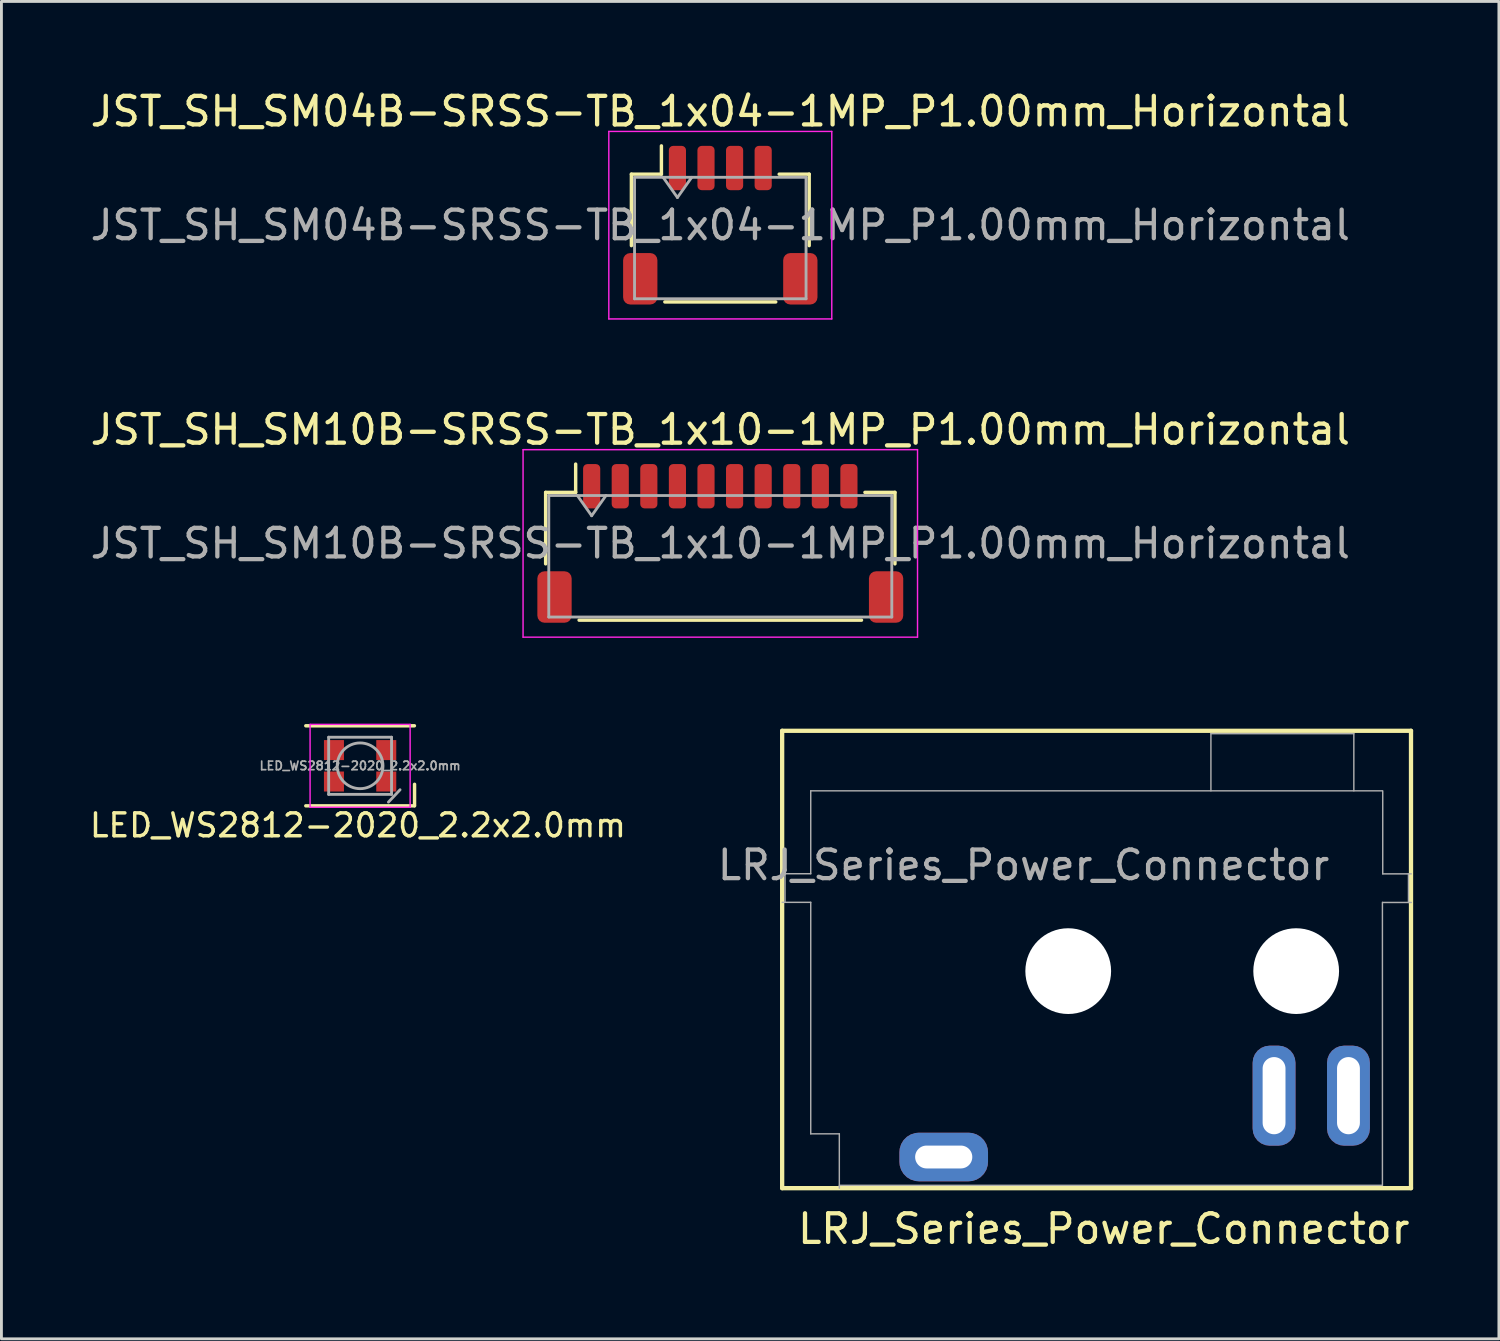
<source format=kicad_pcb>
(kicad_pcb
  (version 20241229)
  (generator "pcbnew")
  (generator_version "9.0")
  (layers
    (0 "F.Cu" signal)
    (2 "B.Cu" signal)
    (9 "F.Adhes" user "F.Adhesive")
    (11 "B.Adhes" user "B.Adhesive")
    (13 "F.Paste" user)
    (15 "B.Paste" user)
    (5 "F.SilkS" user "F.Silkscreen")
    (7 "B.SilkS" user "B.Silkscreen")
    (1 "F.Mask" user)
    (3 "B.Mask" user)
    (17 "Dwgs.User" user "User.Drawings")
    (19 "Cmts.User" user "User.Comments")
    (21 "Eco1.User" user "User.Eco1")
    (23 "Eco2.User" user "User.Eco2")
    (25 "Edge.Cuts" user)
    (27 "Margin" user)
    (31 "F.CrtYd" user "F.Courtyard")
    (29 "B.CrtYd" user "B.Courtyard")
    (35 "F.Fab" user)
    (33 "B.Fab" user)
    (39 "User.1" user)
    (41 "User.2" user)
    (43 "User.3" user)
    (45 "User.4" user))
  (footprint "JST_SH_SM04B-SRSS-TB_1x04-1MP_P1.00mm_Horizontal"
    (layer "F.Cu")
    (at 22.149 4.828)
    (property "Reference" "JST_SH_SM04B-SRSS-TB_1x04-1MP_P1.00mm_Horizontal" (at 0 -3.98 0) (layer "F.SilkS") (effects (font (size 1 1) (thickness 0.15))))
    (attr smd)
    (fp_line (start -3.11 -1.785) (end -2.06 -1.785) (stroke (width 0.12) (type solid)) (layer "F.SilkS"))
    (fp_line (start -3.11 0.715) (end -3.11 -1.785) (stroke (width 0.12) (type solid)) (layer "F.SilkS"))
    (fp_line (start -2.06 -1.785) (end -2.06 -2.775) (stroke (width 0.12) (type solid)) (layer "F.SilkS"))
    (fp_line (start -1.94 2.685) (end 1.94 2.685) (stroke (width 0.12) (type solid)) (layer "F.SilkS"))
    (fp_line (start 3.11 -1.785) (end 2.06 -1.785) (stroke (width 0.12) (type solid)) (layer "F.SilkS"))
    (fp_line (start 3.11 0.715) (end 3.11 -1.785) (stroke (width 0.12) (type solid)) (layer "F.SilkS"))
    (fp_line (start -3.9 -3.28) (end -3.9 3.28) (stroke (width 0.05) (type solid)) (layer "F.CrtYd"))
    (fp_line (start -3.9 3.28) (end 3.9 3.28) (stroke (width 0.05) (type solid)) (layer "F.CrtYd"))
    (fp_line (start 3.9 -3.28) (end -3.9 -3.28) (stroke (width 0.05) (type solid)) (layer "F.CrtYd"))
    (fp_line (start 3.9 3.28) (end 3.9 -3.28) (stroke (width 0.05) (type solid)) (layer "F.CrtYd"))
    (fp_line (start -3 -1.675) (end -3 2.575) (stroke (width 0.1) (type solid)) (layer "F.Fab"))
    (fp_line (start -3 -1.675) (end 3 -1.675) (stroke (width 0.1) (type solid)) (layer "F.Fab"))
    (fp_line (start -3 2.575) (end 3 2.575) (stroke (width 0.1) (type solid)) (layer "F.Fab"))
    (fp_line (start -2 -1.675) (end -1.5 -0.968) (stroke (width 0.1) (type solid)) (layer "F.Fab"))
    (fp_line (start -1.5 -0.968) (end -1 -1.675) (stroke (width 0.1) (type solid)) (layer "F.Fab"))
    (fp_line (start 3 -1.675) (end 3 2.575) (stroke (width 0.1) (type solid)) (layer "F.Fab"))
    (fp_text user "${REFERENCE}" (at 0 0 0) (layer "F.Fab") (effects (font (size 1 1) (thickness 0.15))))
    (pad "1" smd roundrect (at -1.5 -2) (size 0.6 1.55) (layers "F.Cu" "F.Mask" "F.Paste") (roundrect_rratio 0.25))
    (pad "2" smd roundrect (at -0.5 -2) (size 0.6 1.55) (layers "F.Cu" "F.Mask" "F.Paste") (roundrect_rratio 0.25))
    (pad "3" smd roundrect (at 0.5 -2) (size 0.6 1.55) (layers "F.Cu" "F.Mask" "F.Paste") (roundrect_rratio 0.25))
    (pad "4" smd roundrect (at 1.5 -2) (size 0.6 1.55) (layers "F.Cu" "F.Mask" "F.Paste") (roundrect_rratio 0.25))
    (pad "MP" smd roundrect (at -2.8 1.875) (size 1.2 1.8) (layers "F.Cu" "F.Mask" "F.Paste") (roundrect_rratio 0.208))
    (pad "MP" smd roundrect (at 2.8 1.875) (size 1.2 1.8) (layers "F.Cu" "F.Mask" "F.Paste") (roundrect_rratio 0.208)))
  (footprint "JST_SH_SM10B-SRSS-TB_1x10-1MP_P1.00mm_Horizontal"
    (layer "F.Cu")
    (at 22.149 15.961)
    (property "Reference" "JST_SH_SM10B-SRSS-TB_1x10-1MP_P1.00mm_Horizontal" (at 0 -3.98 0) (layer "F.SilkS") (effects (font (size 1 1) (thickness 0.15))))
    (attr smd)
    (fp_line (start -6.11 -1.785) (end -5.06 -1.785) (stroke (width 0.12) (type solid)) (layer "F.SilkS"))
    (fp_line (start -6.11 0.715) (end -6.11 -1.785) (stroke (width 0.12) (type solid)) (layer "F.SilkS"))
    (fp_line (start -5.06 -1.785) (end -5.06 -2.775) (stroke (width 0.12) (type solid)) (layer "F.SilkS"))
    (fp_line (start -4.94 2.685) (end 4.94 2.685) (stroke (width 0.12) (type solid)) (layer "F.SilkS"))
    (fp_line (start 6.11 -1.785) (end 5.06 -1.785) (stroke (width 0.12) (type solid)) (layer "F.SilkS"))
    (fp_line (start 6.11 0.715) (end 6.11 -1.785) (stroke (width 0.12) (type solid)) (layer "F.SilkS"))
    (fp_line (start -6.9 -3.28) (end -6.9 3.28) (stroke (width 0.05) (type solid)) (layer "F.CrtYd"))
    (fp_line (start -6.9 3.28) (end 6.9 3.28) (stroke (width 0.05) (type solid)) (layer "F.CrtYd"))
    (fp_line (start 6.9 -3.28) (end -6.9 -3.28) (stroke (width 0.05) (type solid)) (layer "F.CrtYd"))
    (fp_line (start 6.9 3.28) (end 6.9 -3.28) (stroke (width 0.05) (type solid)) (layer "F.CrtYd"))
    (fp_line (start -6 -1.675) (end -6 2.575) (stroke (width 0.1) (type solid)) (layer "F.Fab"))
    (fp_line (start -6 -1.675) (end 6 -1.675) (stroke (width 0.1) (type solid)) (layer "F.Fab"))
    (fp_line (start -6 2.575) (end 6 2.575) (stroke (width 0.1) (type solid)) (layer "F.Fab"))
    (fp_line (start -5 -1.675) (end -4.5 -0.968) (stroke (width 0.1) (type solid)) (layer "F.Fab"))
    (fp_line (start -4.5 -0.968) (end -4 -1.675) (stroke (width 0.1) (type solid)) (layer "F.Fab"))
    (fp_line (start 6 -1.675) (end 6 2.575) (stroke (width 0.1) (type solid)) (layer "F.Fab"))
    (fp_text user "${REFERENCE}" (at 0 0 0) (layer "F.Fab") (effects (font (size 1 1) (thickness 0.15))))
    (pad "1" smd roundrect (at -4.5 -2) (size 0.6 1.55) (layers "F.Cu" "F.Mask" "F.Paste") (roundrect_rratio 0.25))
    (pad "2" smd roundrect (at -3.5 -2) (size 0.6 1.55) (layers "F.Cu" "F.Mask" "F.Paste") (roundrect_rratio 0.25))
    (pad "3" smd roundrect (at -2.5 -2) (size 0.6 1.55) (layers "F.Cu" "F.Mask" "F.Paste") (roundrect_rratio 0.25))
    (pad "4" smd roundrect (at -1.5 -2) (size 0.6 1.55) (layers "F.Cu" "F.Mask" "F.Paste") (roundrect_rratio 0.25))
    (pad "5" smd roundrect (at -0.5 -2) (size 0.6 1.55) (layers "F.Cu" "F.Mask" "F.Paste") (roundrect_rratio 0.25))
    (pad "6" smd roundrect (at 0.5 -2) (size 0.6 1.55) (layers "F.Cu" "F.Mask" "F.Paste") (roundrect_rratio 0.25))
    (pad "7" smd roundrect (at 1.5 -2) (size 0.6 1.55) (layers "F.Cu" "F.Mask" "F.Paste") (roundrect_rratio 0.25))
    (pad "8" smd roundrect (at 2.5 -2) (size 0.6 1.55) (layers "F.Cu" "F.Mask" "F.Paste") (roundrect_rratio 0.25))
    (pad "9" smd roundrect (at 3.5 -2) (size 0.6 1.55) (layers "F.Cu" "F.Mask" "F.Paste") (roundrect_rratio 0.25))
    (pad "10" smd roundrect (at 4.5 -2) (size 0.6 1.55) (layers "F.Cu" "F.Mask" "F.Paste") (roundrect_rratio 0.25))
    (pad "MP" smd roundrect (at -5.8 1.875) (size 1.2 1.8) (layers "F.Cu" "F.Mask" "F.Paste") (roundrect_rratio 0.208))
    (pad "MP" smd roundrect (at 5.8 1.875) (size 1.2 1.8) (layers "F.Cu" "F.Mask" "F.Paste") (roundrect_rratio 0.208)))
  (footprint "LRJ_Series_Power_Connector"
    (layer "F.Cu")
    (at 24.313 22.517)
    (property "Reference" "LRJ_Series_Power_Connector" (at 11.252 17.424 0) (layer "F.SilkS") (effects (font (size 1 1) (thickness 0.15))))
    (attr through_hole)
    (fp_line (start 0 0) (end 0 16) (stroke (width 0.15) (type solid)) (layer "F.SilkS"))
    (fp_line (start 0 0) (end 22 0) (stroke (width 0.15) (type solid)) (layer "F.SilkS"))
    (fp_line (start 0 16) (end 22 16) (stroke (width 0.15) (type solid)) (layer "F.SilkS"))
    (fp_line (start 22 0) (end 22 16) (stroke (width 0.15) (type solid)) (layer "F.SilkS"))
    (fp_line (start 0 6) (end 1 6) (stroke (width 0.05) (type solid)) (layer "F.Fab"))
    (fp_line (start 0.1 5) (end 0.1 6) (stroke (width 0.05) (type solid)) (layer "F.Fab"))
    (fp_line (start 1 2.1) (end 1 5) (stroke (width 0.05) (type solid)) (layer "F.Fab"))
    (fp_line (start 1 2.1) (end 21 2.1) (stroke (width 0.05) (type solid)) (layer "F.Fab"))
    (fp_line (start 1 5) (end 0 5) (stroke (width 0.05) (type solid)) (layer "F.Fab"))
    (fp_line (start 1 6) (end 1 14.1) (stroke (width 0.05) (type solid)) (layer "F.Fab"))
    (fp_line (start 1 14.1) (end 2 14.1) (stroke (width 0.05) (type solid)) (layer "F.Fab"))
    (fp_line (start 2 14.1) (end 2 16) (stroke (width 0.05) (type solid)) (layer "F.Fab"))
    (fp_line (start 2 15.9) (end 21 15.9) (stroke (width 0.05) (type solid)) (layer "F.Fab"))
    (fp_line (start 15 0.1) (end 15 2.1) (stroke (width 0.05) (type solid)) (layer "F.Fab"))
    (fp_line (start 15 0.1) (end 20 0.1) (stroke (width 0.05) (type solid)) (layer "F.Fab"))
    (fp_line (start 20 0.1) (end 20 2.1) (stroke (width 0.05) (type solid)) (layer "F.Fab"))
    (fp_line (start 21 6) (end 21 15.9) (stroke (width 0.05) (type solid)) (layer "F.Fab"))
    (fp_line (start 21.011 2.105) (end 21.011 5.005) (stroke (width 0.05) (type solid)) (layer "F.Fab"))
    (fp_line (start 21.011 5.005) (end 22.011 5.005) (stroke (width 0.05) (type solid)) (layer "F.Fab"))
    (fp_line (start 21.911 5.005) (end 21.911 6.005) (stroke (width 0.05) (type solid)) (layer "F.Fab"))
    (fp_line (start 22.011 6.005) (end 21.011 6.005) (stroke (width 0.05) (type solid)) (layer "F.Fab"))
    (fp_text user "${REFERENCE}" (at 8.445 4.699 0) (layer "F.Fab") (effects (font (size 1 1) (thickness 0.15))))
    (pad "" np_thru_hole circle (at 10.008 8.407) (size 3 3) (drill 3) (layers "*.Cu" "*.Mask"))
    (pad "" np_thru_hole circle (at 17.983 8.407) (size 3 3) (drill 3) (layers "*.Cu" "*.Mask"))
    (pad "1" thru_hole roundrect (at 5.652 14.91) (size 3.1 1.7) (drill oval 2 0.8) (layers "*.Cu" "*.Mask") (roundrect_rratio 0.4))
    (pad "2" thru_hole roundrect (at 19.812 12.764 90) (size 3.5 1.5) (drill oval 2.7 0.8) (layers "*.Cu" "*.Mask") (roundrect_rratio 0.4))
    (pad "3" thru_hole roundrect (at 17.209 12.764 90) (size 3.5 1.5) (drill oval 2.7 0.8) (layers "*.Cu" "*.Mask") (roundrect_rratio 0.4)))
  (footprint "LED_WS2812-2020_2.2x2.0mm"
    (layer "F.Cu")
    (at 9.548 23.741)
    (property "Reference" "LED_WS2812-2020_2.2x2.0mm" (at -0.076 2.083 180) (layer "F.SilkS") (effects (font (size 0.8 0.8) (thickness 0.12))))
    (attr smd)
    (fp_line (start -1.9 -1.4) (end 1.9 -1.4) (stroke (width 0.12) (type solid)) (layer "F.SilkS"))
    (fp_line (start -1.9 1.4) (end 1.9 1.4) (stroke (width 0.12) (type solid)) (layer "F.SilkS"))
    (fp_line (start 1.905 1.397) (end 1.905 0.647) (stroke (width 0.12) (type solid)) (layer "F.SilkS"))
    (fp_line (start -1.75 -1.45) (end -1.75 1.45) (stroke (width 0.05) (type solid)) (layer "F.CrtYd"))
    (fp_line (start -1.75 1.45) (end 1.75 1.45) (stroke (width 0.05) (type solid)) (layer "F.CrtYd"))
    (fp_line (start 1.75 -1.45) (end -1.75 -1.45) (stroke (width 0.05) (type solid)) (layer "F.CrtYd"))
    (fp_line (start 1.75 1.45) (end 1.75 -1.45) (stroke (width 0.05) (type solid)) (layer "F.CrtYd"))
    (fp_line (start -1.1 1) (end -1.1 -1) (stroke (width 0.1) (type solid)) (layer "F.Fab"))
    (fp_line (start 0.991 1.27) (end 1.397 0.838) (stroke (width 0.1) (type solid)) (layer "F.Fab"))
    (fp_line (start 1.1 -1) (end -1.1 -1) (stroke (width 0.1) (type solid)) (layer "F.Fab"))
    (fp_line (start 1.1 1) (end -1.1 1) (stroke (width 0.1) (type solid)) (layer "F.Fab"))
    (fp_line (start 1.1 1) (end 1.1 -1) (stroke (width 0.1) (type solid)) (layer "F.Fab"))
    (fp_circle (center 0 0) (end 0.8 0) (stroke (width 0.1) (type solid)) (fill no) (layer "F.Fab"))
    (fp_text user "${REFERENCE}" (at 0 0 180) (layer "F.Fab") (effects (font (size 0.3 0.3) (thickness 0.06))))
    (pad "1" smd rect (at 0.915 0.55) (size 0.7 0.7) (layers "F.Cu" "F.Mask" "F.Paste"))
    (pad "2" smd rect (at 0.915 -0.55) (size 0.7 0.7) (layers "F.Cu" "F.Mask" "F.Paste"))
    (pad "3" smd rect (at -0.915 -0.55) (size 0.7 0.7) (layers "F.Cu" "F.Mask" "F.Paste"))
    (pad "4" smd rect (at -0.915 0.55) (size 0.7 0.7) (layers "F.Cu" "F.Mask" "F.Paste")))
  (gr_rect
    (start -3 -3)
    (end 49.388 43.789)
    (stroke (width 0.1) (type default))
    (fill no)
    (layer "Edge.Cuts")))
</source>
